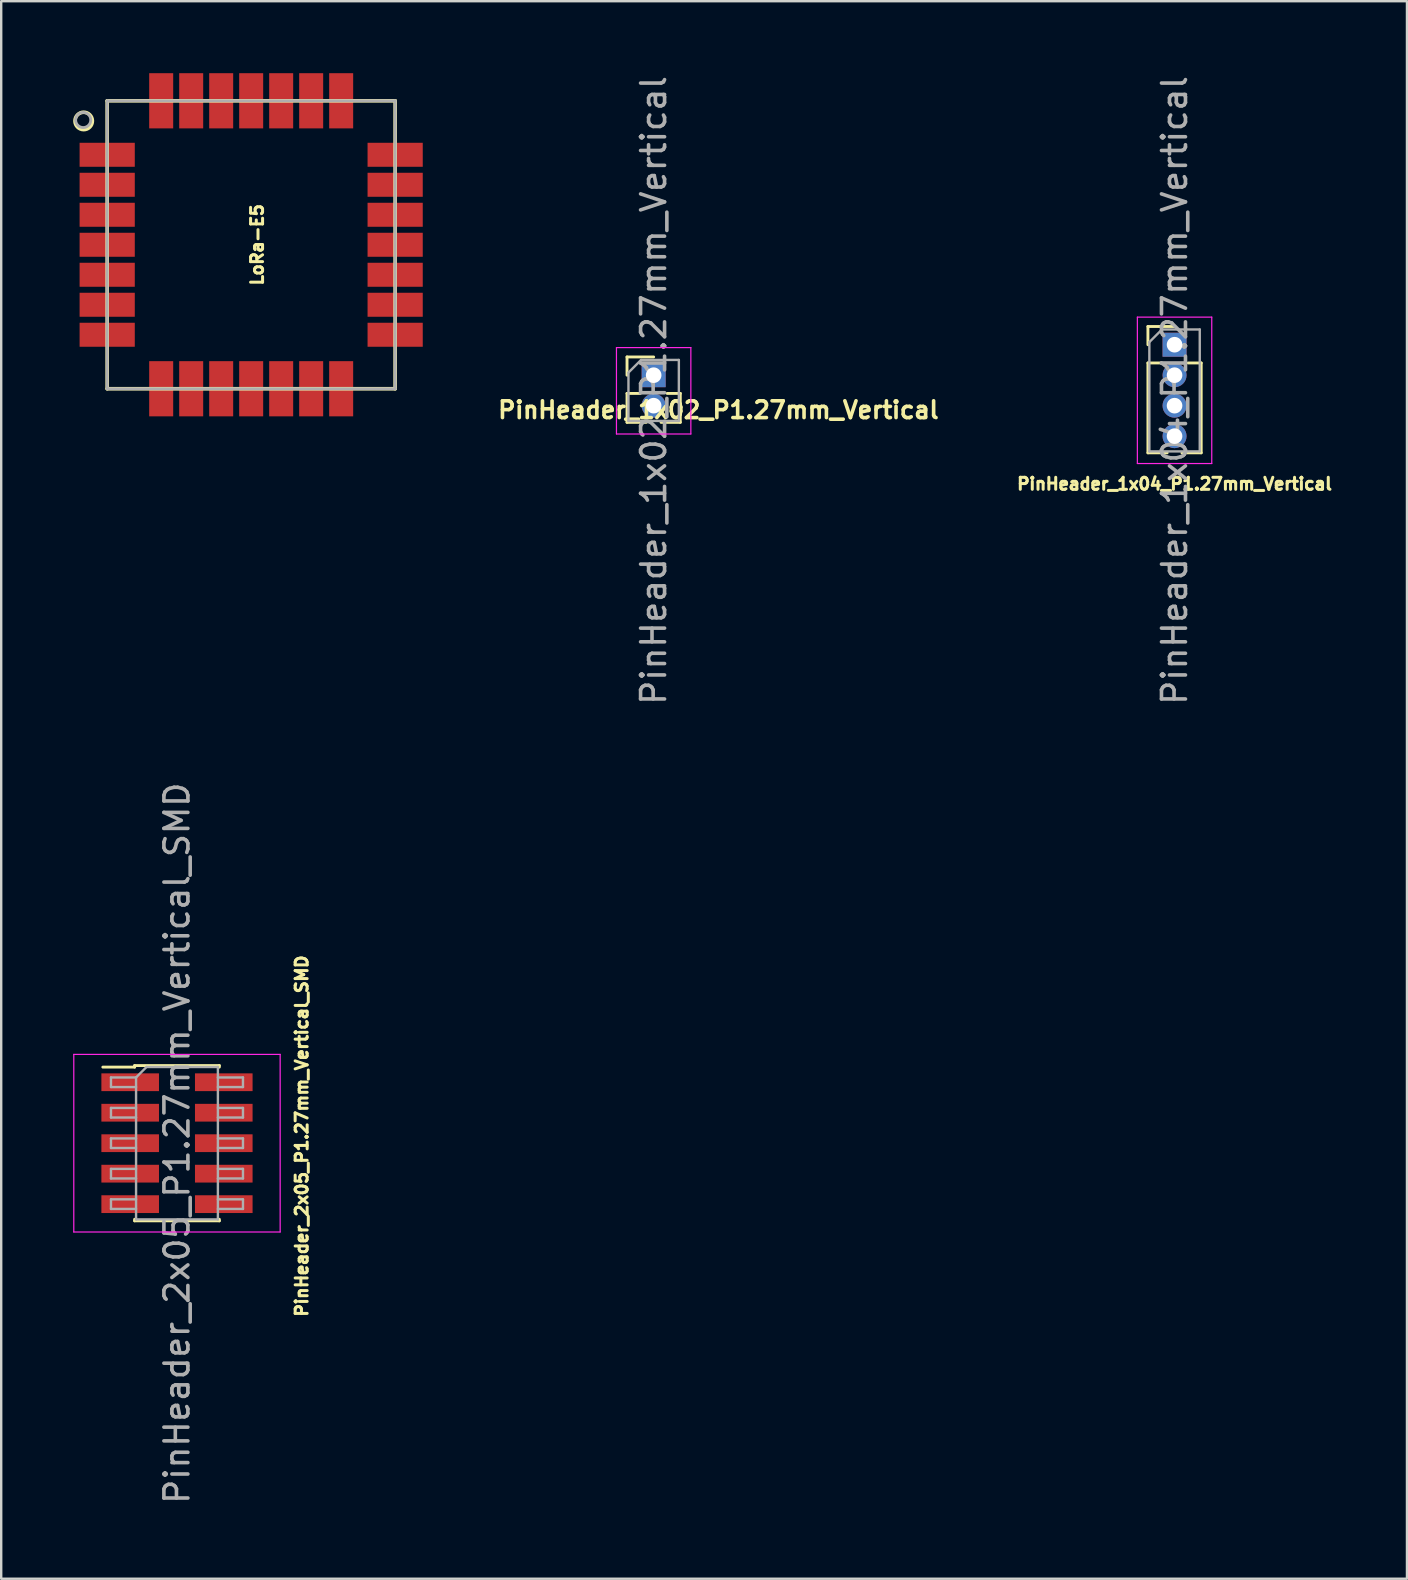
<source format=kicad_pcb>
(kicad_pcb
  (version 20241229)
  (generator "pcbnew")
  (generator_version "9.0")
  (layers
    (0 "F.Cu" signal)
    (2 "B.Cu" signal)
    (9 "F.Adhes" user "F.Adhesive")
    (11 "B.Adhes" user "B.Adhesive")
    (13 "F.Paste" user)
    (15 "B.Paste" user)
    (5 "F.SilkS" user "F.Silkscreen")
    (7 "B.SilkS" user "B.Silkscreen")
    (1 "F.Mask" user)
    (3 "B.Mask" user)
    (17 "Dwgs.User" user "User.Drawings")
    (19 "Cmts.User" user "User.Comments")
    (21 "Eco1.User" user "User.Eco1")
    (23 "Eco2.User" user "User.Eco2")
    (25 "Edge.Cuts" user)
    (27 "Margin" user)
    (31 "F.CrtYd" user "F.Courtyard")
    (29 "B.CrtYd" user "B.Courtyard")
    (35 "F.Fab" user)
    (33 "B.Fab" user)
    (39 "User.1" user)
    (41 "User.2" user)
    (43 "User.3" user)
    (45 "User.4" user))
  (footprint "PinHeader_2x05_P1.27mm_Vertical_SMD"
    (layer "F.Cu")
    (at 4.325 44.589)
    (property "Reference" "PinHeader_2x05_P1.27mm_Vertical_SMD" (at 5.2 -0.3 90) (layer "F.SilkS") (effects (font (size 0.5 0.5) (thickness 0.15))))
    (attr smd)
    (fp_line (start -3.09 -3.17) (end -1.765 -3.17) (stroke (width 0.12) (type solid)) (layer "F.SilkS"))
    (fp_line (start -1.765 -3.235) (end -1.765 -3.17) (stroke (width 0.12) (type solid)) (layer "F.SilkS"))
    (fp_line (start -1.765 -3.235) (end 1.765 -3.235) (stroke (width 0.12) (type solid)) (layer "F.SilkS"))
    (fp_line (start -1.765 3.17) (end -1.765 3.235) (stroke (width 0.12) (type solid)) (layer "F.SilkS"))
    (fp_line (start -1.765 3.235) (end 1.765 3.235) (stroke (width 0.12) (type solid)) (layer "F.SilkS"))
    (fp_line (start 1.765 -3.235) (end 1.765 -3.17) (stroke (width 0.12) (type solid)) (layer "F.SilkS"))
    (fp_line (start 1.765 3.17) (end 1.765 3.235) (stroke (width 0.12) (type solid)) (layer "F.SilkS"))
    (fp_line (start -4.3 -3.7) (end -4.3 3.7) (stroke (width 0.05) (type solid)) (layer "F.CrtYd"))
    (fp_line (start -4.3 3.7) (end 4.3 3.7) (stroke (width 0.05) (type solid)) (layer "F.CrtYd"))
    (fp_line (start 4.3 -3.7) (end -4.3 -3.7) (stroke (width 0.05) (type solid)) (layer "F.CrtYd"))
    (fp_line (start 4.3 3.7) (end 4.3 -3.7) (stroke (width 0.05) (type solid)) (layer "F.CrtYd"))
    (fp_line (start -2.75 -2.74) (end -2.75 -2.34) (stroke (width 0.1) (type solid)) (layer "F.Fab"))
    (fp_line (start -2.75 -2.34) (end -1.705 -2.34) (stroke (width 0.1) (type solid)) (layer "F.Fab"))
    (fp_line (start -2.75 -1.47) (end -2.75 -1.07) (stroke (width 0.1) (type solid)) (layer "F.Fab"))
    (fp_line (start -2.75 -1.07) (end -1.705 -1.07) (stroke (width 0.1) (type solid)) (layer "F.Fab"))
    (fp_line (start -2.75 -0.2) (end -2.75 0.2) (stroke (width 0.1) (type solid)) (layer "F.Fab"))
    (fp_line (start -2.75 0.2) (end -1.705 0.2) (stroke (width 0.1) (type solid)) (layer "F.Fab"))
    (fp_line (start -2.75 1.07) (end -2.75 1.47) (stroke (width 0.1) (type solid)) (layer "F.Fab"))
    (fp_line (start -2.75 1.47) (end -1.705 1.47) (stroke (width 0.1) (type solid)) (layer "F.Fab"))
    (fp_line (start -2.75 2.34) (end -2.75 2.74) (stroke (width 0.1) (type solid)) (layer "F.Fab"))
    (fp_line (start -2.75 2.74) (end -1.705 2.74) (stroke (width 0.1) (type solid)) (layer "F.Fab"))
    (fp_line (start -1.705 -2.74) (end -2.75 -2.74) (stroke (width 0.1) (type solid)) (layer "F.Fab"))
    (fp_line (start -1.705 -2.74) (end -1.27 -3.175) (stroke (width 0.1) (type solid)) (layer "F.Fab"))
    (fp_line (start -1.705 -1.47) (end -2.75 -1.47) (stroke (width 0.1) (type solid)) (layer "F.Fab"))
    (fp_line (start -1.705 -0.2) (end -2.75 -0.2) (stroke (width 0.1) (type solid)) (layer "F.Fab"))
    (fp_line (start -1.705 1.07) (end -2.75 1.07) (stroke (width 0.1) (type solid)) (layer "F.Fab"))
    (fp_line (start -1.705 2.34) (end -2.75 2.34) (stroke (width 0.1) (type solid)) (layer "F.Fab"))
    (fp_line (start -1.705 3.175) (end -1.705 -2.74) (stroke (width 0.1) (type solid)) (layer "F.Fab"))
    (fp_line (start -1.27 -3.175) (end 1.705 -3.175) (stroke (width 0.1) (type solid)) (layer "F.Fab"))
    (fp_line (start 1.705 -3.175) (end 1.705 3.175) (stroke (width 0.1) (type solid)) (layer "F.Fab"))
    (fp_line (start 1.705 -2.74) (end 2.75 -2.74) (stroke (width 0.1) (type solid)) (layer "F.Fab"))
    (fp_line (start 1.705 -1.47) (end 2.75 -1.47) (stroke (width 0.1) (type solid)) (layer "F.Fab"))
    (fp_line (start 1.705 -0.2) (end 2.75 -0.2) (stroke (width 0.1) (type solid)) (layer "F.Fab"))
    (fp_line (start 1.705 1.07) (end 2.75 1.07) (stroke (width 0.1) (type solid)) (layer "F.Fab"))
    (fp_line (start 1.705 2.34) (end 2.75 2.34) (stroke (width 0.1) (type solid)) (layer "F.Fab"))
    (fp_line (start 1.705 3.175) (end -1.705 3.175) (stroke (width 0.1) (type solid)) (layer "F.Fab"))
    (fp_line (start 2.75 -2.74) (end 2.75 -2.34) (stroke (width 0.1) (type solid)) (layer "F.Fab"))
    (fp_line (start 2.75 -2.34) (end 1.705 -2.34) (stroke (width 0.1) (type solid)) (layer "F.Fab"))
    (fp_line (start 2.75 -1.47) (end 2.75 -1.07) (stroke (width 0.1) (type solid)) (layer "F.Fab"))
    (fp_line (start 2.75 -1.07) (end 1.705 -1.07) (stroke (width 0.1) (type solid)) (layer "F.Fab"))
    (fp_line (start 2.75 -0.2) (end 2.75 0.2) (stroke (width 0.1) (type solid)) (layer "F.Fab"))
    (fp_line (start 2.75 0.2) (end 1.705 0.2) (stroke (width 0.1) (type solid)) (layer "F.Fab"))
    (fp_line (start 2.75 1.07) (end 2.75 1.47) (stroke (width 0.1) (type solid)) (layer "F.Fab"))
    (fp_line (start 2.75 1.47) (end 1.705 1.47) (stroke (width 0.1) (type solid)) (layer "F.Fab"))
    (fp_line (start 2.75 2.34) (end 2.75 2.74) (stroke (width 0.1) (type solid)) (layer "F.Fab"))
    (fp_line (start 2.75 2.74) (end 1.705 2.74) (stroke (width 0.1) (type solid)) (layer "F.Fab"))
    (fp_text user "${REFERENCE}" (at 0 0 270) (layer "F.Fab") (effects (font (size 1 1) (thickness 0.15))))
    (pad "1" smd rect (at -1.95 -2.54) (size 2.4 0.74) (layers "F.Cu" "F.Mask" "F.Paste"))
    (pad "2" smd rect (at 1.95 -2.54) (size 2.4 0.74) (layers "F.Cu" "F.Mask" "F.Paste"))
    (pad "3" smd rect (at -1.95 -1.27) (size 2.4 0.74) (layers "F.Cu" "F.Mask" "F.Paste"))
    (pad "4" smd rect (at 1.95 -1.27) (size 2.4 0.74) (layers "F.Cu" "F.Mask" "F.Paste"))
    (pad "5" smd rect (at -1.95 0) (size 2.4 0.74) (layers "F.Cu" "F.Mask" "F.Paste"))
    (pad "6" smd rect (at 1.95 0) (size 2.4 0.74) (layers "F.Cu" "F.Mask" "F.Paste"))
    (pad "7" smd rect (at -1.95 1.27) (size 2.4 0.74) (layers "F.Cu" "F.Mask" "F.Paste"))
    (pad "8" smd rect (at 1.95 1.27) (size 2.4 0.74) (layers "F.Cu" "F.Mask" "F.Paste"))
    (pad "9" smd rect (at -1.95 2.54) (size 2.4 0.74) (layers "F.Cu" "F.Mask" "F.Paste"))
    (pad "10" smd rect (at 1.95 2.54) (size 2.4 0.74) (layers "F.Cu" "F.Mask" "F.Paste")))
  (footprint "PinHeader_1x02_P1.27mm_Vertical"
    (layer "F.Cu")
    (at 24.189 12.585)
    (property "Reference" "PinHeader_1x02_P1.27mm_Vertical" (at 2.7 1.45 180) (layer "F.SilkS") (effects (font (size 0.7 0.7) (thickness 0.15))))
    (attr through_hole)
    (fp_line (start -1.11 -0.76) (end 0 -0.76) (stroke (width 0.12) (type solid)) (layer "F.SilkS"))
    (fp_line (start -1.11 0) (end -1.11 -0.76) (stroke (width 0.12) (type solid)) (layer "F.SilkS"))
    (fp_line (start -1.11 0.76) (end -1.11 1.965) (stroke (width 0.12) (type solid)) (layer "F.SilkS"))
    (fp_line (start -1.11 0.76) (end -0.563 0.76) (stroke (width 0.12) (type solid)) (layer "F.SilkS"))
    (fp_line (start -1.11 1.965) (end -0.308 1.965) (stroke (width 0.12) (type solid)) (layer "F.SilkS"))
    (fp_line (start 0.308 1.965) (end 1.11 1.965) (stroke (width 0.12) (type solid)) (layer "F.SilkS"))
    (fp_line (start 0.563 0.76) (end 1.11 0.76) (stroke (width 0.12) (type solid)) (layer "F.SilkS"))
    (fp_line (start 1.11 0.76) (end 1.11 1.965) (stroke (width 0.12) (type solid)) (layer "F.SilkS"))
    (fp_line (start -1.55 -1.15) (end -1.55 2.45) (stroke (width 0.05) (type solid)) (layer "F.CrtYd"))
    (fp_line (start -1.55 2.45) (end 1.55 2.45) (stroke (width 0.05) (type solid)) (layer "F.CrtYd"))
    (fp_line (start 1.55 -1.15) (end -1.55 -1.15) (stroke (width 0.05) (type solid)) (layer "F.CrtYd"))
    (fp_line (start 1.55 2.45) (end 1.55 -1.15) (stroke (width 0.05) (type solid)) (layer "F.CrtYd"))
    (fp_line (start -1.05 -0.11) (end -0.525 -0.635) (stroke (width 0.1) (type solid)) (layer "F.Fab"))
    (fp_line (start -1.05 1.905) (end -1.05 -0.11) (stroke (width 0.1) (type solid)) (layer "F.Fab"))
    (fp_line (start -0.525 -0.635) (end 1.05 -0.635) (stroke (width 0.1) (type solid)) (layer "F.Fab"))
    (fp_line (start 1.05 -0.635) (end 1.05 1.905) (stroke (width 0.1) (type solid)) (layer "F.Fab"))
    (fp_line (start 1.05 1.905) (end -1.05 1.905) (stroke (width 0.1) (type solid)) (layer "F.Fab"))
    (fp_text user "${REFERENCE}" (at 0 0.635 270) (layer "F.Fab") (effects (font (size 1 1) (thickness 0.15))))
    (pad "1" thru_hole rect (at 0 0) (size 1 1) (drill 0.65) (layers "*.Cu" "*.Mask"))
    (pad "2" thru_hole oval (at 0 1.27) (size 1 1) (drill 0.65) (layers "*.Cu" "*.Mask")))
  (footprint "LoRa-E5"
    (layer "F.Cu")
    (at 7.417 7.15)
    (property "Reference" "LoRa-E5" (at 0.25 0 90) (layer "F.SilkS") (effects (font (size 0.5 0.5) (thickness 0.15))))
    (attr through_hole)
    (fp_line (start -6 -6) (end 6 -6) (stroke (width 0.15) (type solid)) (layer "F.SilkS"))
    (fp_line (start -6 6) (end -6 -6) (stroke (width 0.15) (type solid)) (layer "F.SilkS"))
    (fp_line (start 6 -6) (end 6 6) (stroke (width 0.15) (type solid)) (layer "F.SilkS"))
    (fp_line (start 6 6) (end -6 6) (stroke (width 0.15) (type solid)) (layer "F.SilkS"))
    (fp_circle (center -6.98 -5.16) (end -6.66 -4.99) (stroke (width 0.15) (type solid)) (fill no) (layer "F.SilkS"))
    (fp_line (start -6 -6) (end 6 -6) (stroke (width 0.12) (type solid)) (layer "F.Fab"))
    (fp_line (start -6 6) (end -6 -6) (stroke (width 0.12) (type solid)) (layer "F.Fab"))
    (fp_line (start 6 -6) (end 6 6) (stroke (width 0.12) (type solid)) (layer "F.Fab"))
    (fp_line (start 6 6) (end -6 6) (stroke (width 0.12) (type solid)) (layer "F.Fab"))
    (fp_circle (center -7 -5.2) (end -6.7 -5.1) (stroke (width 0.12) (type solid)) (fill no) (layer "F.Fab"))
    (pad "1" smd rect (at -6 -3.75 90) (size 1 2.3) (layers "F.Cu" "F.Mask" "F.Paste"))
    (pad "2" smd rect (at -6 -2.5 90) (size 1 2.3) (layers "F.Cu" "F.Mask" "F.Paste"))
    (pad "3" smd rect (at -6 -1.25 90) (size 1 2.3) (layers "F.Cu" "F.Mask" "F.Paste"))
    (pad "4" smd rect (at -6 0 90) (size 1 2.3) (layers "F.Cu" "F.Mask" "F.Paste"))
    (pad "5" smd rect (at -6 1.25 90) (size 1 2.3) (layers "F.Cu" "F.Mask" "F.Paste"))
    (pad "6" smd rect (at -6 2.5 90) (size 1 2.3) (layers "F.Cu" "F.Mask" "F.Paste"))
    (pad "7" smd rect (at -6 3.75 90) (size 1 2.3) (layers "F.Cu" "F.Mask" "F.Paste"))
    (pad "8" smd rect (at -3.75 6 180) (size 1 2.3) (layers "F.Cu" "F.Mask" "F.Paste"))
    (pad "9" smd rect (at -2.5 6 180) (size 1 2.3) (layers "F.Cu" "F.Mask" "F.Paste"))
    (pad "10" smd rect (at -1.25 6 180) (size 1 2.3) (layers "F.Cu" "F.Mask" "F.Paste"))
    (pad "11" smd rect (at 0 6 180) (size 1 2.3) (layers "F.Cu" "F.Mask" "F.Paste"))
    (pad "12" smd rect (at 1.25 6 180) (size 1 2.3) (layers "F.Cu" "F.Mask" "F.Paste"))
    (pad "13" smd rect (at 2.5 6 180) (size 1 2.3) (layers "F.Cu" "F.Mask" "F.Paste"))
    (pad "14" smd rect (at 3.75 6 180) (size 1 2.3) (layers "F.Cu" "F.Mask" "F.Paste"))
    (pad "15" smd rect (at 6 3.75 270) (size 1 2.3) (layers "F.Cu" "F.Mask" "F.Paste"))
    (pad "16" smd rect (at 6 2.5 270) (size 1 2.3) (layers "F.Cu" "F.Mask" "F.Paste"))
    (pad "17" smd rect (at 6 1.25 270) (size 1 2.3) (layers "F.Cu" "F.Mask" "F.Paste"))
    (pad "18" smd rect (at 6 0 270) (size 1 2.3) (layers "F.Cu" "F.Mask" "F.Paste"))
    (pad "19" smd rect (at 6 -1.25 270) (size 1 2.3) (layers "F.Cu" "F.Mask" "F.Paste"))
    (pad "20" smd rect (at 6 -2.5 270) (size 1 2.3) (layers "F.Cu" "F.Mask" "F.Paste"))
    (pad "21" smd rect (at 6 -3.75 270) (size 1 2.3) (layers "F.Cu" "F.Mask" "F.Paste"))
    (pad "22" smd rect (at 3.75 -6) (size 1 2.3) (layers "F.Cu" "F.Mask" "F.Paste"))
    (pad "23" smd rect (at 2.5 -6) (size 1 2.3) (layers "F.Cu" "F.Mask" "F.Paste"))
    (pad "24" smd rect (at 1.25 -6) (size 1 2.3) (layers "F.Cu" "F.Mask" "F.Paste"))
    (pad "25" smd rect (at 0 -6) (size 1 2.3) (layers "F.Cu" "F.Mask" "F.Paste"))
    (pad "26" smd rect (at -1.25 -6) (size 1 2.3) (layers "F.Cu" "F.Mask" "F.Paste"))
    (pad "27" smd rect (at -2.5 -6) (size 1 2.3) (layers "F.Cu" "F.Mask" "F.Paste"))
    (pad "28" smd rect (at -3.75 -6) (size 1 2.3) (layers "F.Cu" "F.Mask" "F.Paste")))
  (footprint "PinHeader_1x04_P1.27mm_Vertical"
    (layer "F.Cu")
    (at 45.896 11.315)
    (property "Reference" "PinHeader_1x04_P1.27mm_Vertical" (at 0 5.8 0) (layer "F.SilkS") (effects (font (size 0.5 0.5) (thickness 0.15))))
    (attr through_hole)
    (fp_line (start -1.11 -0.76) (end 0 -0.76) (stroke (width 0.12) (type solid)) (layer "F.SilkS"))
    (fp_line (start -1.11 0) (end -1.11 -0.76) (stroke (width 0.12) (type solid)) (layer "F.SilkS"))
    (fp_line (start -1.11 0.76) (end -1.11 4.505) (stroke (width 0.12) (type solid)) (layer "F.SilkS"))
    (fp_line (start -1.11 0.76) (end -0.563 0.76) (stroke (width 0.12) (type solid)) (layer "F.SilkS"))
    (fp_line (start -1.11 4.505) (end -0.308 4.505) (stroke (width 0.12) (type solid)) (layer "F.SilkS"))
    (fp_line (start 0.308 4.505) (end 1.11 4.505) (stroke (width 0.12) (type solid)) (layer "F.SilkS"))
    (fp_line (start 0.563 0.76) (end 1.11 0.76) (stroke (width 0.12) (type solid)) (layer "F.SilkS"))
    (fp_line (start 1.11 0.76) (end 1.11 4.505) (stroke (width 0.12) (type solid)) (layer "F.SilkS"))
    (fp_line (start -1.55 -1.15) (end -1.55 4.95) (stroke (width 0.05) (type solid)) (layer "F.CrtYd"))
    (fp_line (start -1.55 4.95) (end 1.55 4.95) (stroke (width 0.05) (type solid)) (layer "F.CrtYd"))
    (fp_line (start 1.55 -1.15) (end -1.55 -1.15) (stroke (width 0.05) (type solid)) (layer "F.CrtYd"))
    (fp_line (start 1.55 4.95) (end 1.55 -1.15) (stroke (width 0.05) (type solid)) (layer "F.CrtYd"))
    (fp_line (start -1.05 -0.11) (end -0.525 -0.635) (stroke (width 0.1) (type solid)) (layer "F.Fab"))
    (fp_line (start -1.05 4.445) (end -1.05 -0.11) (stroke (width 0.1) (type solid)) (layer "F.Fab"))
    (fp_line (start -0.525 -0.635) (end 1.05 -0.635) (stroke (width 0.1) (type solid)) (layer "F.Fab"))
    (fp_line (start 1.05 -0.635) (end 1.05 4.445) (stroke (width 0.1) (type solid)) (layer "F.Fab"))
    (fp_line (start 1.05 4.445) (end -1.05 4.445) (stroke (width 0.1) (type solid)) (layer "F.Fab"))
    (fp_text user "${REFERENCE}" (at 0 1.905 90) (layer "F.Fab") (effects (font (size 1 1) (thickness 0.15))))
    (pad "1" thru_hole rect (at 0 0) (size 1 1) (drill 0.65) (layers "*.Cu" "*.Mask"))
    (pad "2" thru_hole oval (at 0 1.27) (size 1 1) (drill 0.65) (layers "*.Cu" "*.Mask"))
    (pad "3" thru_hole oval (at 0 2.54) (size 1 1) (drill 0.65) (layers "*.Cu" "*.Mask"))
    (pad "4" thru_hole oval (at 0 3.81) (size 1 1) (drill 0.65) (layers "*.Cu" "*.Mask")))
  (gr_rect
    (start -3 -3)
    (end 55.581 62.738)
    (stroke (width 0.1) (type default))
    (fill no)
    (layer "Edge.Cuts")))
</source>
